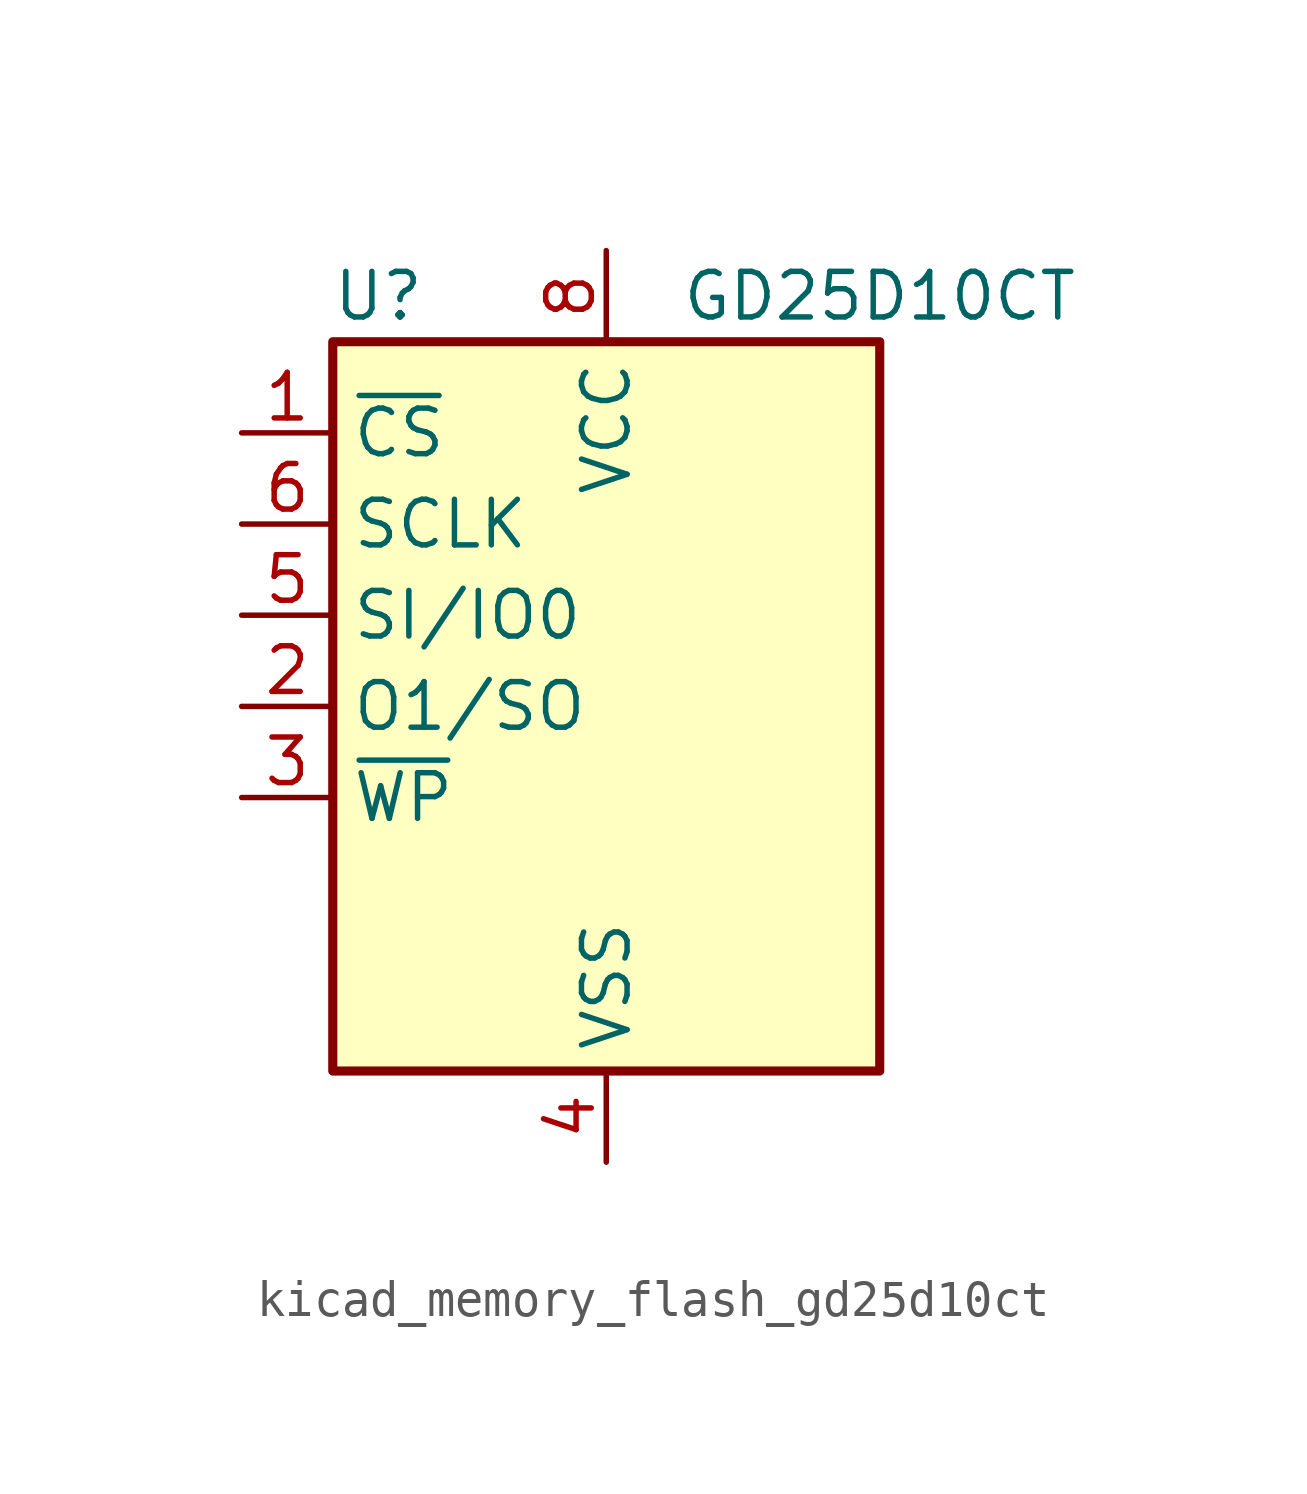
<source format=kicad_sym>
(kicad_symbol_lib
  (version 20220914)
  (generator kicad_symbol_editor)
  (symbol "kicad_memory_flash_gd25d10ct"
    (property "Reference" "U"
      (at -6.35 11.43 0)
      (effects (font (size 1.27 1.27))))
    (property "Value" "GD25D10CT"
      (at 7.62 11.43 0)
      (effects (font (size 1.27 1.27))))
    (symbol "kicad_memory_flash_gd25d10ct_0_1"
      (rectangle (start -7.62 10.16) (end 7.62 -10.16) (stroke (width 0.254) (type default)) (fill (type background))))
    (symbol "kicad_memory_flash_gd25d10ct_1_1"
      (pin input line (at -10.16 7.62 0) (length 2.54) (name "~{CS}" (effects (font (size 1.27 1.27)))) (number "1" (effects (font (size 1.27 1.27)))))
      (pin output line (at -10.16 0 0) (length 2.54) (name "O1/SO" (effects (font (size 1.27 1.27)))) (number "2" (effects (font (size 1.27 1.27)))))
      (pin input line (at -10.16 -2.54 0) (length 2.54) (name "~{WP}" (effects (font (size 1.27 1.27)))) (number "3" (effects (font (size 1.27 1.27)))))
      (pin power_in line (at 0 -12.7 90) (length 2.54) (name "VSS" (effects (font (size 1.27 1.27)))) (number "4" (effects (font (size 1.27 1.27)))))
      (pin bidirectional line (at -10.16 2.54 0) (length 2.54) (name "SI/IO0" (effects (font (size 1.27 1.27)))) (number "5" (effects (font (size 1.27 1.27)))))
      (pin input line (at -10.16 5.08 0) (length 2.54) (name "SCLK" (effects (font (size 1.27 1.27)))) (number "6" (effects (font (size 1.27 1.27)))))
      (pin no_connect line (at -7.62 -5.08 0) (length 2.54) hide (name "NC" (effects (font (size 1.27 1.27)))) (number "7" (effects (font (size 1.27 1.27)))))
      (pin power_in line (at 0 12.7 270) (length 2.54) (name "VCC" (effects (font (size 1.27 1.27)))) (number "8" (effects (font (size 1.27 1.27))))))))
</source>
